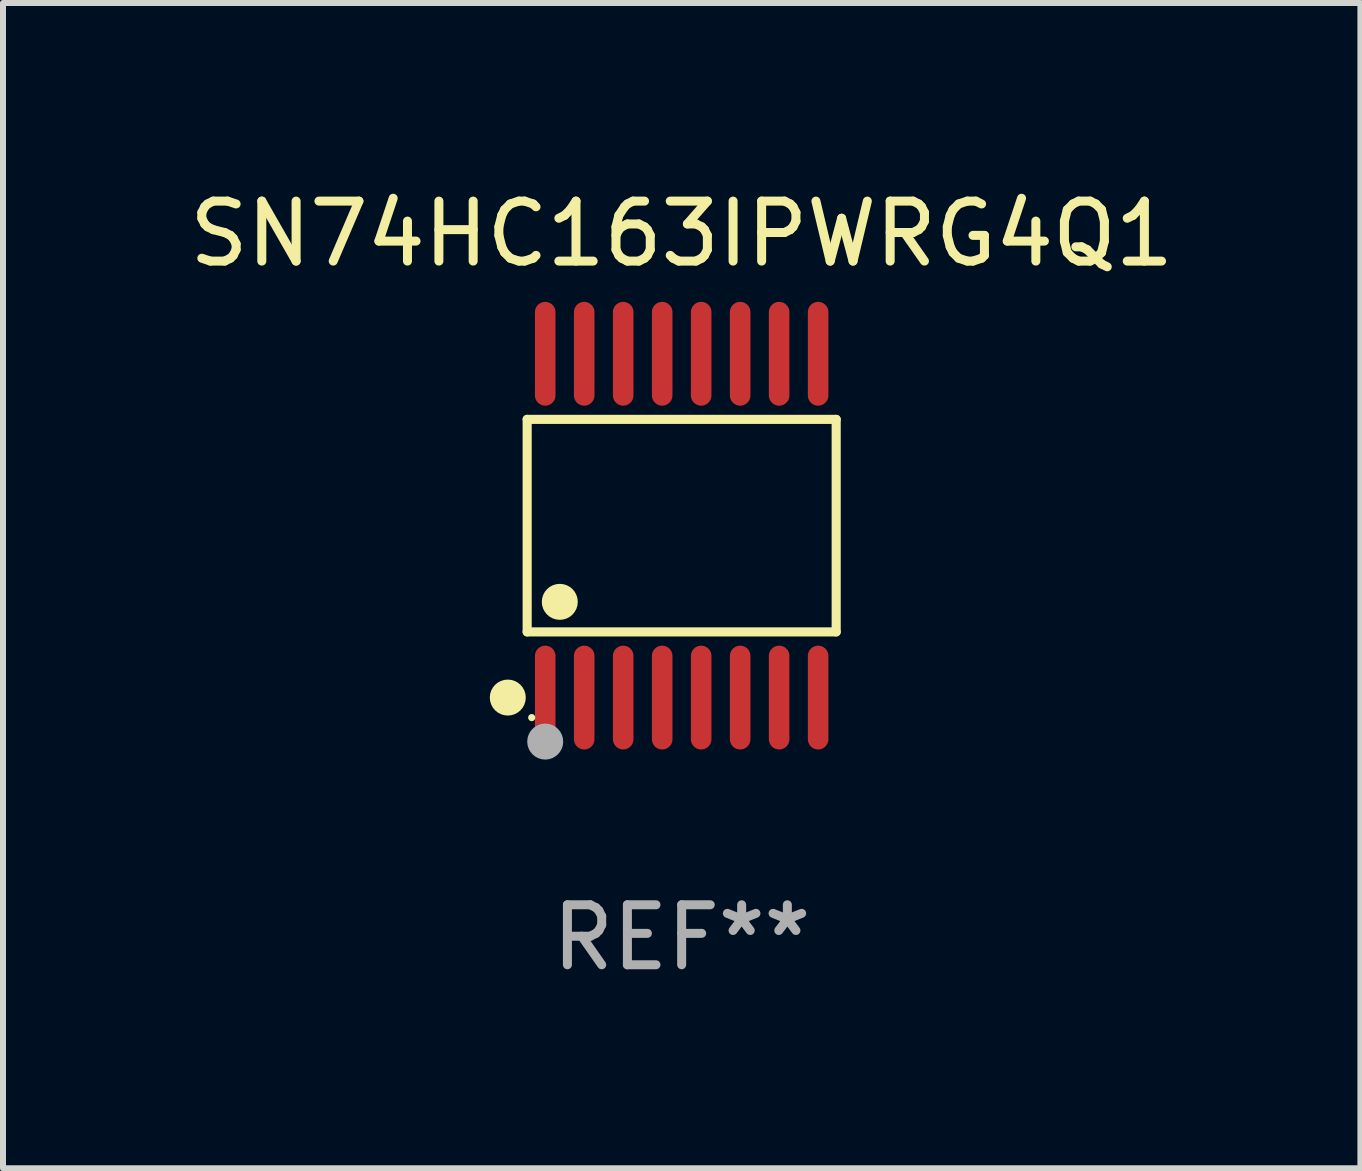
<source format=kicad_pcb>
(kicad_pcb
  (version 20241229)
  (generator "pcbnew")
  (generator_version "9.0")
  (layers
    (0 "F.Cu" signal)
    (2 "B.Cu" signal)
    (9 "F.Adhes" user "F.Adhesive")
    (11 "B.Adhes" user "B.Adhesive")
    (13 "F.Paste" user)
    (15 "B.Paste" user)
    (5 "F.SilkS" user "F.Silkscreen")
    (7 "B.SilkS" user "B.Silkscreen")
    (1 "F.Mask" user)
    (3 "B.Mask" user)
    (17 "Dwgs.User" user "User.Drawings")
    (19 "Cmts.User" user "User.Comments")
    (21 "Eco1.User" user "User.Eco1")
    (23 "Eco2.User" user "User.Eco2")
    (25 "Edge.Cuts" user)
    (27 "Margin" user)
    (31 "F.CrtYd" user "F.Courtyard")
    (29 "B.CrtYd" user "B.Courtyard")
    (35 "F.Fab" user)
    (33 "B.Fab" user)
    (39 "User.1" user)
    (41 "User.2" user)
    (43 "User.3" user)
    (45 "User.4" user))
  (footprint "SN74HC163IPWRG4Q1"
    (layer "F.Cu")
    (at 8.315 5.714)
    (property "Reference" "SN74HC163IPWRG4Q1" (at 0 -4.866 0) (layer "F.SilkS") (effects (font (size 1 1) (thickness 0.15))))
    (attr through_hole)
    (fp_line (start -2.576 -1.772) (end 2.576 -1.772) (stroke (width 0.152) (type solid)) (layer "F.SilkS"))
    (fp_line (start -2.576 1.771) (end -2.576 -1.772) (stroke (width 0.152) (type solid)) (layer "F.SilkS"))
    (fp_line (start 2.576 -1.772) (end 2.576 1.771) (stroke (width 0.152) (type solid)) (layer "F.SilkS"))
    (fp_line (start 2.576 1.771) (end -2.576 1.771) (stroke (width 0.152) (type solid)) (layer "F.SilkS"))
    (fp_circle (center -2.899 2.866) (end -2.749 2.866) (stroke (width 0.3) (type solid)) (fill no) (layer "F.SilkS"))
    (fp_circle (center -2.5 3.2) (end -2.47 3.2) (stroke (width 0.06) (type solid)) (fill no) (layer "F.SilkS"))
    (fp_circle (center -2.032 1.27) (end -1.882 1.27) (stroke (width 0.3) (type solid)) (fill no) (layer "F.SilkS"))
    (fp_circle (center -2.275 3.6) (end -2.125 3.6) (stroke (width 0.3) (type solid)) (fill no) (layer "F.Fab"))
    (fp_text user "REF**" (at 0 6.866 0) (layer "F.Fab") (effects (font (size 1 1) (thickness 0.15))))
    (pad "1" smd oval (at -2.275 2.866) (size 0.343 1.731) (layers "F.Cu" "F.Mask" "F.Paste"))
    (pad "2" smd oval (at -1.625 2.866) (size 0.343 1.731) (layers "F.Cu" "F.Mask" "F.Paste"))
    (pad "3" smd oval (at -0.975 2.866) (size 0.343 1.731) (layers "F.Cu" "F.Mask" "F.Paste"))
    (pad "4" smd oval (at -0.325 2.866) (size 0.343 1.731) (layers "F.Cu" "F.Mask" "F.Paste"))
    (pad "5" smd oval (at 0.325 2.866) (size 0.343 1.731) (layers "F.Cu" "F.Mask" "F.Paste"))
    (pad "6" smd oval (at 0.975 2.866) (size 0.343 1.731) (layers "F.Cu" "F.Mask" "F.Paste"))
    (pad "7" smd oval (at 1.625 2.866) (size 0.343 1.731) (layers "F.Cu" "F.Mask" "F.Paste"))
    (pad "8" smd oval (at 2.275 2.866) (size 0.343 1.731) (layers "F.Cu" "F.Mask" "F.Paste"))
    (pad "9" smd oval (at 2.275 -2.866) (size 0.343 1.731) (layers "F.Cu" "F.Mask" "F.Paste"))
    (pad "10" smd oval (at 1.625 -2.866) (size 0.343 1.731) (layers "F.Cu" "F.Mask" "F.Paste"))
    (pad "11" smd oval (at 0.975 -2.866) (size 0.343 1.731) (layers "F.Cu" "F.Mask" "F.Paste"))
    (pad "12" smd oval (at 0.325 -2.866) (size 0.343 1.731) (layers "F.Cu" "F.Mask" "F.Paste"))
    (pad "13" smd oval (at -0.325 -2.866) (size 0.343 1.731) (layers "F.Cu" "F.Mask" "F.Paste"))
    (pad "14" smd oval (at -0.975 -2.866) (size 0.343 1.731) (layers "F.Cu" "F.Mask" "F.Paste"))
    (pad "15" smd oval (at -1.625 -2.866) (size 0.343 1.731) (layers "F.Cu" "F.Mask" "F.Paste"))
    (pad "16" smd oval (at -2.275 -2.866) (size 0.343 1.731) (layers "F.Cu" "F.Mask" "F.Paste")))
  (gr_rect
    (start -3 -3)
    (end 19.631 16.428)
    (stroke (width 0.1) (type default))
    (fill no)
    (layer "Edge.Cuts")))
</source>
